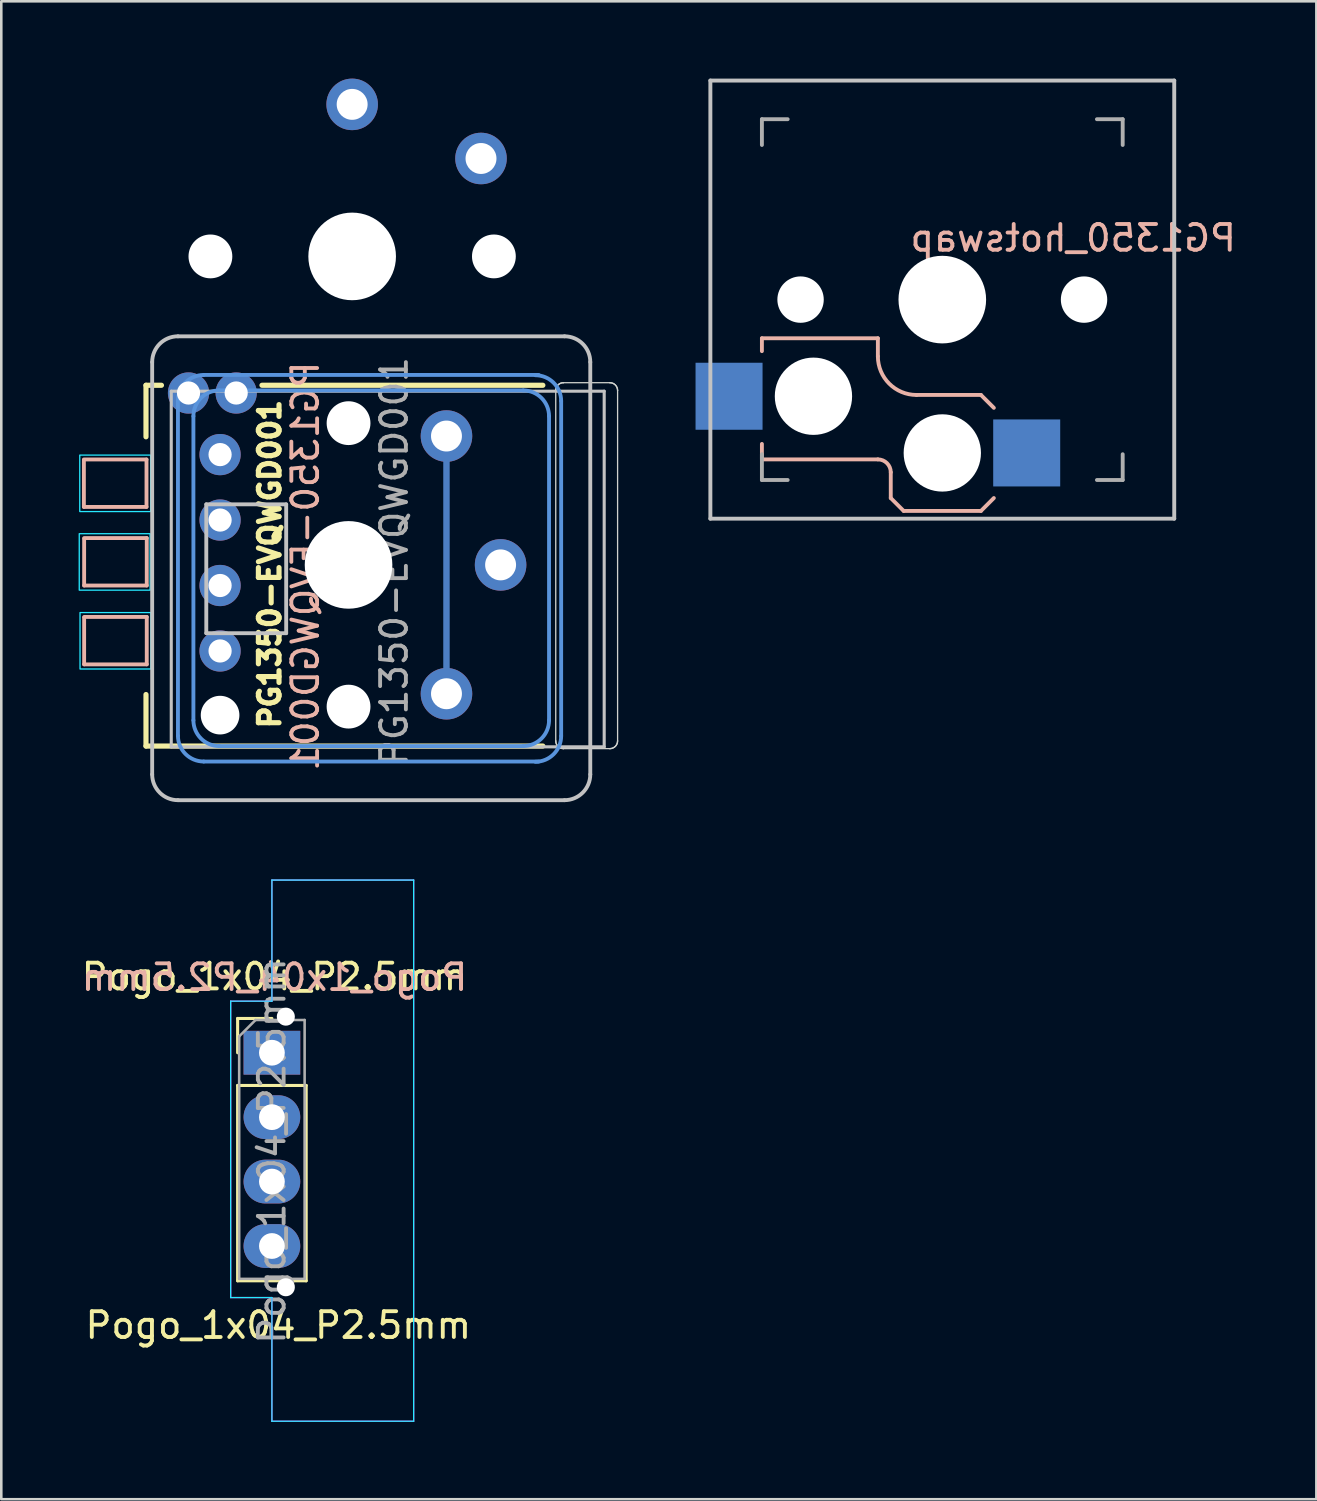
<source format=kicad_pcb>
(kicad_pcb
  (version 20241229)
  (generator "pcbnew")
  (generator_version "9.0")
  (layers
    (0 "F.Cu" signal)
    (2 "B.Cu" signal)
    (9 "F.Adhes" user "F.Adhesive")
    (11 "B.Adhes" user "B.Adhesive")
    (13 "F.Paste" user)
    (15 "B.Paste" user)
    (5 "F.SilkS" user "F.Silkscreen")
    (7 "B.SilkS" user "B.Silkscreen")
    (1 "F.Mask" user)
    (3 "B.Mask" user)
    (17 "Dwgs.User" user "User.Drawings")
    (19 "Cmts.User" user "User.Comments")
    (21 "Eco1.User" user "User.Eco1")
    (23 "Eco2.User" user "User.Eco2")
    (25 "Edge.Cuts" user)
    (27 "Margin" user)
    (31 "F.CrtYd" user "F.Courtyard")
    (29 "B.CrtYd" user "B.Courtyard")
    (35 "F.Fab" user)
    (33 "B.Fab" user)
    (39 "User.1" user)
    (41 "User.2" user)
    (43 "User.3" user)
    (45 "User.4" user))
  (footprint "PG1350_hotswap"
    (layer "F.Cu")
    (at 33.515 8.576)
    (property "Reference" "PG1350_hotswap" (at 5.08 -2.39 0) (layer "B.SilkS") (effects (font (size 1 1) (thickness 0.15)) (justify mirror)))
    (attr smd)
    (fp_line (start -7 1.5) (end -7 2) (stroke (width 0.15) (type solid)) (layer "B.SilkS"))
    (fp_line (start -7 5.6) (end -7 6.2) (stroke (width 0.15) (type solid)) (layer "B.SilkS"))
    (fp_line (start -7 6.2) (end -2.5 6.2) (stroke (width 0.15) (type solid)) (layer "B.SilkS"))
    (fp_line (start -2.5 1.5) (end -7 1.5) (stroke (width 0.15) (type solid)) (layer "B.SilkS"))
    (fp_line (start -2.5 2.2) (end -2.5 1.5) (stroke (width 0.15) (type solid)) (layer "B.SilkS"))
    (fp_line (start -2 6.7) (end -2 7.7) (stroke (width 0.15) (type solid)) (layer "B.SilkS"))
    (fp_line (start -1.5 8.2) (end -2 7.7) (stroke (width 0.15) (type solid)) (layer "B.SilkS"))
    (fp_line (start 1.5 3.7) (end -1 3.7) (stroke (width 0.15) (type solid)) (layer "B.SilkS"))
    (fp_line (start 1.5 8.2) (end -1.5 8.2) (stroke (width 0.15) (type solid)) (layer "B.SilkS"))
    (fp_line (start 2 4.2) (end 1.5 3.7) (stroke (width 0.15) (type solid)) (layer "B.SilkS"))
    (fp_line (start 2 7.7) (end 1.5 8.2) (stroke (width 0.15) (type solid)) (layer "B.SilkS"))
    (fp_arc (start -2.5 6.2) (mid -2.146447 6.346447) (end -2 6.7) (stroke (width 0.15) (type solid)) (layer "B.SilkS"))
    (fp_arc (start -1 3.7) (mid -2.06066 3.26066) (end -2.5 2.2) (stroke (width 0.15) (type solid)) (layer "B.SilkS"))
    (fp_line (start -9 -8.5) (end 9 -8.5) (stroke (width 0.152) (type solid)) (layer "Dwgs.User"))
    (fp_line (start -9 8.5) (end -9 -8.5) (stroke (width 0.152) (type solid)) (layer "Dwgs.User"))
    (fp_line (start 9 -8.5) (end 9 8.5) (stroke (width 0.152) (type solid)) (layer "Dwgs.User"))
    (fp_line (start 9 8.5) (end -9 8.5) (stroke (width 0.152) (type solid)) (layer "Dwgs.User"))
    (fp_line (start -7.5 -7.5) (end 7.5 -7.5) (stroke (width 0.152) (type solid)) (layer "Eco2.User"))
    (fp_line (start -7.5 7.5) (end -7.5 -7.5) (stroke (width 0.152) (type solid)) (layer "Eco2.User"))
    (fp_line (start -2.6 -3.1) (end -2.6 -6.3) (stroke (width 0.15) (type solid)) (layer "Eco2.User"))
    (fp_line (start -2.6 -3.1) (end 2.6 -3.1) (stroke (width 0.15) (type solid)) (layer "Eco2.User"))
    (fp_line (start 1.49 1.78) (end 1.49 3.28) (stroke (width 0.15) (type solid)) (layer "Eco2.User"))
    (fp_line (start 1.49 3.28) (end 6.89 3.28) (stroke (width 0.15) (type solid)) (layer "Eco2.User"))
    (fp_line (start 2.6 -6.3) (end -2.6 -6.3) (stroke (width 0.15) (type solid)) (layer "Eco2.User"))
    (fp_line (start 2.6 -3.1) (end 2.6 -6.3) (stroke (width 0.15) (type solid)) (layer "Eco2.User"))
    (fp_line (start 3.69 2.03) (end 3.69 3.03) (stroke (width 0.15) (type solid)) (layer "Eco2.User"))
    (fp_line (start 3.79 2.53) (end 4.69 2.03) (stroke (width 0.15) (type solid)) (layer "Eco2.User"))
    (fp_line (start 4.69 2.03) (end 4.69 3.03) (stroke (width 0.15) (type solid)) (layer "Eco2.User"))
    (fp_line (start 4.69 3.03) (end 3.79 2.53) (stroke (width 0.15) (type solid)) (layer "Eco2.User"))
    (fp_line (start 6.89 1.78) (end 1.49 1.78) (stroke (width 0.15) (type solid)) (layer "Eco2.User"))
    (fp_line (start 6.89 1.78) (end 6.89 3.28) (stroke (width 0.15) (type solid)) (layer "Eco2.User"))
    (fp_line (start 7.5 -7.5) (end 7.5 7.5) (stroke (width 0.152) (type solid)) (layer "Eco2.User"))
    (fp_line (start 7.5 7.5) (end -7.5 7.5) (stroke (width 0.152) (type solid)) (layer "Eco2.User"))
    (fp_line (start -7 -7) (end -6 -7) (stroke (width 0.15) (type solid)) (layer "F.Fab"))
    (fp_line (start -7 -6) (end -7 -7) (stroke (width 0.15) (type solid)) (layer "F.Fab"))
    (fp_line (start -7 7) (end -7 6) (stroke (width 0.15) (type solid)) (layer "F.Fab"))
    (fp_line (start -6 7) (end -7 7) (stroke (width 0.15) (type solid)) (layer "F.Fab"))
    (fp_line (start 6 -7) (end 7 -7) (stroke (width 0.15) (type solid)) (layer "F.Fab"))
    (fp_line (start 7 -7) (end 7 -6) (stroke (width 0.15) (type solid)) (layer "F.Fab"))
    (fp_line (start 7 6) (end 7 7) (stroke (width 0.15) (type solid)) (layer "F.Fab"))
    (fp_line (start 7 7) (end 6 7) (stroke (width 0.15) (type solid)) (layer "F.Fab"))
    (pad "" np_thru_hole circle (at -5.5 0) (size 1.8 1.8) (drill 1.8) (layers "*.Cu" "*.Mask"))
    (pad "" np_thru_hole circle (at -5 3.75) (size 3 3) (drill 3) (layers "*.Cu" "*.Mask"))
    (pad "" np_thru_hole circle (at 0 0) (size 3.4 3.4) (drill 3.4) (layers "*.Cu" "*.Mask"))
    (pad "" np_thru_hole circle (at 0 5.95) (size 3 3) (drill 3) (layers "*.Cu" "*.Mask"))
    (pad "" np_thru_hole circle (at 5.5 0) (size 1.8 1.8) (drill 1.8) (layers "*.Cu" "*.Mask"))
    (pad "1" smd rect (at 3.275 5.95) (size 2.6 2.6) (layers "B.Cu" "B.Mask" "B.Paste"))
    (pad "2" smd rect (at -8.275 3.75) (size 2.6 2.6) (layers "B.Cu" "B.Mask" "B.Paste")))
  (footprint "PG1350-EVQWGD001"
    (layer "F.Cu")
    (at 10.475 18.87)
    (property "Reference" "PG1350-EVQWGD001" (at 1.77 -0.13 270) (layer "F.Fab") (effects (font (size 1 1) (thickness 0.15))))
    (attr through_hole)
    (fp_line (start -7.86 -6.97) (end -7.86 -4.97) (stroke (width 0.2) (type solid)) (layer "F.SilkS"))
    (fp_line (start -7.86 5.03) (end -7.86 7.03) (stroke (width 0.2) (type solid)) (layer "F.SilkS"))
    (fp_line (start -7.86 7.03) (end 7.54 7.03) (stroke (width 0.2) (type solid)) (layer "F.SilkS"))
    (fp_line (start -7.26 -6.97) (end -7.86 -6.97) (stroke (width 0.2) (type solid)) (layer "F.SilkS"))
    (fp_line (start 7.54 -6.97) (end -3.36 -6.97) (stroke (width 0.2) (type solid)) (layer "F.SilkS"))
    (fp_line (start -10.27 -4.058) (end -10.27 -2.25) (stroke (width 0.15) (type solid)) (layer "B.SilkS"))
    (fp_line (start -10.27 -2.25) (end -7.84 -2.25) (stroke (width 0.15) (type solid)) (layer "B.SilkS"))
    (fp_line (start -10.26 -1.008) (end -10.26 0.8) (stroke (width 0.15) (type solid)) (layer "B.SilkS"))
    (fp_line (start -10.26 0.8) (end -7.83 0.8) (stroke (width 0.15) (type solid)) (layer "B.SilkS"))
    (fp_line (start -10.26 2.052) (end -10.26 3.86) (stroke (width 0.15) (type solid)) (layer "B.SilkS"))
    (fp_line (start -10.26 3.86) (end -7.83 3.86) (stroke (width 0.15) (type solid)) (layer "B.SilkS"))
    (fp_line (start -7.84 -4.09) (end -10.27 -4.09) (stroke (width 0.15) (type solid)) (layer "B.SilkS"))
    (fp_line (start -7.84 -2.25) (end -7.84 -4.09) (stroke (width 0.15) (type solid)) (layer "B.SilkS"))
    (fp_line (start -7.83 -1.04) (end -10.26 -1.04) (stroke (width 0.15) (type solid)) (layer "B.SilkS"))
    (fp_line (start -7.83 0.8) (end -7.83 -1.04) (stroke (width 0.15) (type solid)) (layer "B.SilkS"))
    (fp_line (start -7.83 2.02) (end -10.26 2.02) (stroke (width 0.15) (type solid)) (layer "B.SilkS"))
    (fp_line (start -7.83 3.86) (end -7.83 2.02) (stroke (width 0.15) (type solid)) (layer "B.SilkS"))
    (fp_line (start -7.62 8.13) (end -7.62 -7.87) (stroke (width 0.15) (type solid)) (layer "Dwgs.User"))
    (fp_line (start -6.88 -6.74) (end 9.92 -6.74) (stroke (width 0.12) (type solid)) (layer "Dwgs.User"))
    (fp_line (start -6.88 7.06) (end -6.88 -6.74) (stroke (width 0.12) (type solid)) (layer "Dwgs.User"))
    (fp_line (start -6.62 -8.87) (end 8.38 -8.87) (stroke (width 0.15) (type solid)) (layer "Dwgs.User"))
    (fp_line (start -5.52 -2.35) (end -5.52 2.65) (stroke (width 0.15) (type solid)) (layer "Dwgs.User"))
    (fp_line (start -5.52 2.65) (end -2.42 2.65) (stroke (width 0.15) (type solid)) (layer "Dwgs.User"))
    (fp_line (start -2.42 -2.35) (end -5.52 -2.35) (stroke (width 0.15) (type solid)) (layer "Dwgs.User"))
    (fp_line (start -2.42 2.65) (end -2.42 -2.35) (stroke (width 0.15) (type solid)) (layer "Dwgs.User"))
    (fp_line (start 8.38 9.13) (end -6.62 9.13) (stroke (width 0.15) (type solid)) (layer "Dwgs.User"))
    (fp_line (start 9.38 -7.87) (end 9.38 8.13) (stroke (width 0.15) (type solid)) (layer "Dwgs.User"))
    (fp_line (start 9.92 -6.74) (end 9.92 7.06) (stroke (width 0.12) (type solid)) (layer "Dwgs.User"))
    (fp_line (start 9.92 7.06) (end -6.88 7.06) (stroke (width 0.12) (type solid)) (layer "Dwgs.User"))
    (fp_arc (start -7.62 -7.87) (mid -7.327107 -8.577107) (end -6.62 -8.87) (stroke (width 0.15) (type solid)) (layer "Dwgs.User"))
    (fp_arc (start -6.62 9.13) (mid -7.327107 8.837107) (end -7.62 8.13) (stroke (width 0.15) (type solid)) (layer "Dwgs.User"))
    (fp_arc (start 8.38 -8.87) (mid 9.087107 -8.577107) (end 9.38 -7.87) (stroke (width 0.15) (type solid)) (layer "Dwgs.User"))
    (fp_arc (start 9.38 8.13) (mid 9.087107 8.837107) (end 8.38 9.13) (stroke (width 0.15) (type solid)) (layer "Dwgs.User"))
    (fp_line (start -6.62 6.63) (end -6.62 -6.37) (stroke (width 0.15) (type solid)) (layer "Cmts.User"))
    (fp_line (start -6.02 6.03) (end -6.02 -5.77) (stroke (width 0.15) (type solid)) (layer "Cmts.User"))
    (fp_line (start -5.62 -7.37) (end 7.38 -7.37) (stroke (width 0.15) (type solid)) (layer "Cmts.User"))
    (fp_line (start -5.02 -6.77) (end 6.78 -6.77) (stroke (width 0.15) (type solid)) (layer "Cmts.User"))
    (fp_line (start 6.78 7.03) (end -5.02 7.03) (stroke (width 0.15) (type solid)) (layer "Cmts.User"))
    (fp_line (start 7.38 7.63) (end -5.62 7.63) (stroke (width 0.15) (type solid)) (layer "Cmts.User"))
    (fp_line (start 7.78 -5.77) (end 7.78 6.03) (stroke (width 0.15) (type solid)) (layer "Cmts.User"))
    (fp_line (start 8.25 -6.36) (end 8.25 6.64) (stroke (width 0.15) (type solid)) (layer "Cmts.User"))
    (fp_arc (start -6.62 -6.37) (mid -6.327113 -7.077113) (end -5.62 -7.37) (stroke (width 0.15) (type solid)) (layer "Cmts.User"))
    (fp_arc (start -6.02 -5.77) (mid -5.727113 -6.477113) (end -5.02 -6.77) (stroke (width 0.15) (type solid)) (layer "Cmts.User"))
    (fp_arc (start -5.62 7.63) (mid -6.327107 7.337107) (end -6.62 6.63) (stroke (width 0.15) (type solid)) (layer "Cmts.User"))
    (fp_arc (start -5.02 7.03) (mid -5.727107 6.737107) (end -6.02 6.03) (stroke (width 0.15) (type solid)) (layer "Cmts.User"))
    (fp_arc (start 6.78 -6.77) (mid 7.487107 -6.477107) (end 7.78 -5.77) (stroke (width 0.15) (type solid)) (layer "Cmts.User"))
    (fp_arc (start 7.25 -7.36) (mid 7.957107 -7.067107) (end 8.25 -6.36) (stroke (width 0.15) (type solid)) (layer "Cmts.User"))
    (fp_arc (start 7.78 6.03) (mid 7.487107 6.737107) (end 6.78 7.03) (stroke (width 0.15) (type solid)) (layer "Cmts.User"))
    (fp_arc (start 8.25 6.64) (mid 7.957107 7.347107) (end 7.25 7.64) (stroke (width 0.15) (type solid)) (layer "Cmts.User"))
    (fp_line (start -7.37 7.88) (end -7.37 -7.62) (stroke (width 0.15) (type solid)) (layer "Eco2.User"))
    (fp_line (start -6.37 -8.62) (end 8.13 -8.62) (stroke (width 0.15) (type solid)) (layer "Eco2.User"))
    (fp_line (start -6.37 8.88) (end 8.13 8.88) (stroke (width 0.15) (type solid)) (layer "Eco2.User"))
    (fp_line (start 9.13 -7.62) (end 9.13 7.88) (stroke (width 0.15) (type solid)) (layer "Eco2.User"))
    (fp_arc (start -7.37 -7.62) (mid -7.077107 -8.327107) (end -6.37 -8.62) (stroke (width 0.15) (type solid)) (layer "Eco2.User"))
    (fp_arc (start -6.37 8.88) (mid -7.077107 8.587107) (end -7.37 7.88) (stroke (width 0.15) (type solid)) (layer "Eco2.User"))
    (fp_arc (start 8.13 -8.62) (mid 8.837107 -8.327107) (end 9.13 -7.62) (stroke (width 0.15) (type solid)) (layer "Eco2.User"))
    (fp_arc (start 9.13 7.88) (mid 8.837107 8.587107) (end 8.13 8.88) (stroke (width 0.15) (type solid)) (layer "Eco2.User"))
    (fp_line (start 8.04 -6.77) (end 8.04 6.83) (stroke (width 0.05) (type solid)) (layer "Edge.Cuts"))
    (fp_line (start 8.34 7.13) (end 10.14 7.13) (stroke (width 0.05) (type solid)) (layer "Edge.Cuts"))
    (fp_line (start 10.14 -7.07) (end 8.34 -7.07) (stroke (width 0.05) (type solid)) (layer "Edge.Cuts"))
    (fp_line (start 10.44 6.83) (end 10.44 -6.77) (stroke (width 0.05) (type solid)) (layer "Edge.Cuts"))
    (fp_arc (start 8.04 -6.77) (mid 8.127868 -6.982132) (end 8.34 -7.07) (stroke (width 0.05) (type solid)) (layer "Edge.Cuts"))
    (fp_arc (start 8.04 -6.77) (mid 8.127868 -6.982132) (end 8.34 -7.07) (stroke (width 0.05) (type solid)) (layer "Edge.Cuts"))
    (fp_arc (start 8.34 7.13) (mid 8.127868 7.042132) (end 8.04 6.83) (stroke (width 0.05) (type solid)) (layer "Edge.Cuts"))
    (fp_arc (start 8.34 7.13) (mid 8.127868 7.042132) (end 8.04 6.83) (stroke (width 0.05) (type solid)) (layer "Edge.Cuts"))
    (fp_arc (start 10.14 -7.07) (mid 10.352132 -6.982132) (end 10.44 -6.77) (stroke (width 0.05) (type solid)) (layer "Edge.Cuts"))
    (fp_arc (start 10.14 -7.07) (mid 10.352132 -6.982132) (end 10.44 -6.77) (stroke (width 0.05) (type solid)) (layer "Edge.Cuts"))
    (fp_arc (start 10.44 6.83) (mid 10.352132 7.042132) (end 10.14 7.13) (stroke (width 0.05) (type solid)) (layer "Edge.Cuts"))
    (fp_arc (start 10.44 6.83) (mid 10.352132 7.042132) (end 10.14 7.13) (stroke (width 0.05) (type solid)) (layer "Edge.Cuts"))
    (fp_rect (start -10.43 -2.07) (end -7.68 -4.26) (stroke (width 0.05) (type solid)) (fill no) (layer "B.CrtYd"))
    (fp_rect (start -7.7 0.98) (end -10.45 -1.21) (stroke (width 0.05) (type solid)) (fill no) (layer "B.CrtYd"))
    (fp_rect (start -7.67 4.04) (end -10.42 1.85) (stroke (width 0.05) (type solid)) (fill no) (layer "B.CrtYd"))
    (fp_text user "${REFERENCE}" (at -3.058 -0.029 90) (unlocked yes) (layer "F.SilkS") (effects (font (size 0.8 0.8) (thickness 0.2))))
    (fp_text user "${REFERENCE}" (at -1.675 0.05 90) (unlocked yes) (layer "B.SilkS") (effects (font (size 1 1) (thickness 0.15)) (justify mirror)))
    (pad "" np_thru_hole circle (at -5.36 -11.97) (size 1.7 1.7) (drill 1.7) (layers "*.Cu" "*.Mask"))
    (pad "" np_thru_hole circle (at -4.985 5.83) (size 1.5 1.5) (drill 1.5) (layers "*.Cu" "*.Mask"))
    (pad "" np_thru_hole circle (at 0 -5.5 270) (size 1.7 1.7) (drill 1.7) (layers "*.Cu" "*.Mask"))
    (pad "" np_thru_hole circle (at 0 0 270) (size 3.4 3.4) (drill 3.4) (layers "*.Cu" "*.Mask"))
    (pad "" np_thru_hole circle (at 0 5.5 270) (size 1.7 1.7) (drill 1.7) (layers "*.Cu" "*.Mask"))
    (pad "" np_thru_hole circle (at 0.14 -11.97) (size 3.4 3.4) (drill 3.4) (layers "*.Cu" "*.Mask"))
    (pad "" np_thru_hole circle (at 5.64 -11.97) (size 1.7 1.7) (drill 1.7) (layers "*.Cu" "*.Mask"))
    (pad "1" thru_hole circle (at 0.14 -17.87) (size 2 2) (drill 1.2) (layers "*.Cu" "*.Mask"))
    (pad "2" thru_hole circle (at 5.14 -15.77) (size 2 2) (drill 1.2) (layers "*.Cu" "B.Mask"))
    (pad "A" thru_hole circle (at -4.985 -4.28) (size 1.6 1.6) (drill 0.9) (layers "*.Cu" "*.Mask"))
    (pad "B" thru_hole circle (at -4.985 -1.74) (size 1.6 1.6) (drill 0.9) (layers "*.Cu" "*.Mask"))
    (pad "C" thru_hole circle (at -4.985 0.8) (size 1.6 1.6) (drill 0.9) (layers "*.Cu" "*.Mask"))
    (pad "D" thru_hole circle (at -4.985 3.34) (size 1.6 1.6) (drill 0.9) (layers "*.Cu" "*.Mask"))
    (pad "S1" thru_hole circle (at -6.21 -6.67) (size 1.6 1.6) (drill 0.9) (layers "*.Cu" "F.Mask"))
    (pad "S1" thru_hole circle (at 5.9 0 270) (size 2 2) (drill 1.2) (layers "*.Cu" "*.Mask"))
    (pad "S2" thru_hole circle (at -4.36 -6.67) (size 1.6 1.6) (drill 0.9) (layers "*.Cu" "F.Mask"))
    (pad "S2" connect custom (at 3.8 -5 270) (size 0.9 0.9) (layers "B.Cu") (options (anchor circle)) (primitives (gr_line (start 0 0) (end 10 0) (width 0.25))))
    (pad "S2" thru_hole circle (at 3.8 -5 270) (size 2 2) (drill 1.2) (layers "*.Cu" "F.Mask"))
    (pad "S2" thru_hole circle (at 3.8 5 270) (size 2 2) (drill 1.2) (layers "*.Cu" "B.Mask")))
  (footprint "Pogo_1x04_P2.5mm"
    (layer "F.Cu")
    (at 7.501 37.8)
    (property "Reference" "Pogo_1x04_P2.5mm" (at 0.25 10.575 0) (layer "F.SilkS") (effects (font (size 1 1) (thickness 0.15))))
    (property "Value" "Pogo_1x04_P2.5mm" (at 0 9.95 0) (layer "F.Fab") (hide yes) (effects (font (size 1 1) (thickness 0.15))))
    (attr through_hole)
    (fp_line (start -1.33 -1.33) (end 0 -1.33) (stroke (width 0.12) (type solid)) (layer "F.SilkS"))
    (fp_line (start -1.33 0) (end -1.33 -1.33) (stroke (width 0.12) (type solid)) (layer "F.SilkS"))
    (fp_line (start -1.33 1.27) (end -1.33 8.85) (stroke (width 0.12) (type solid)) (layer "F.SilkS"))
    (fp_line (start -1.33 1.27) (end 1.33 1.27) (stroke (width 0.12) (type solid)) (layer "F.SilkS"))
    (fp_line (start -1.33 8.85) (end 1.33 8.85) (stroke (width 0.12) (type solid)) (layer "F.SilkS"))
    (fp_line (start 1.33 1.27) (end 1.33 8.85) (stroke (width 0.12) (type solid)) (layer "F.SilkS"))
    (fp_line (start -1.6 -2) (end -1.6 9.5) (stroke (width 0.05) (type solid)) (layer "B.CrtYd"))
    (fp_line (start -1.6 9.5) (end 0 9.5) (stroke (width 0.05) (type solid)) (layer "B.CrtYd"))
    (fp_line (start 0 -6.7) (end 5.5 -6.7) (stroke (width 0.05) (type solid)) (layer "B.CrtYd"))
    (fp_line (start 0 -2) (end -1.6 -2) (stroke (width 0.05) (type solid)) (layer "B.CrtYd"))
    (fp_line (start 0 -2) (end 0 -6.7) (stroke (width 0.05) (type solid)) (layer "B.CrtYd"))
    (fp_line (start 0 14.3) (end 0 9.5) (stroke (width 0.05) (type solid)) (layer "B.CrtYd"))
    (fp_line (start 5.5 -6.7) (end 5.5 14.3) (stroke (width 0.05) (type solid)) (layer "B.CrtYd"))
    (fp_line (start 5.5 14.3) (end 0 14.3) (stroke (width 0.05) (type solid)) (layer "B.CrtYd"))
    (fp_line (start -1.6 -2) (end -1.6 9.5) (stroke (width 0.05) (type solid)) (layer "F.CrtYd"))
    (fp_line (start -1.6 9.5) (end 0 9.5) (stroke (width 0.05) (type solid)) (layer "F.CrtYd"))
    (fp_line (start 0 -6.7) (end 5.5 -6.7) (stroke (width 0.05) (type solid)) (layer "F.CrtYd"))
    (fp_line (start 0 -2) (end -1.6 -2) (stroke (width 0.05) (type solid)) (layer "F.CrtYd"))
    (fp_line (start 0 -2) (end 0 -6.7) (stroke (width 0.05) (type solid)) (layer "F.CrtYd"))
    (fp_line (start 0 14.3) (end 0 9.5) (stroke (width 0.05) (type solid)) (layer "F.CrtYd"))
    (fp_line (start 5.5 -6.7) (end 5.5 14.3) (stroke (width 0.05) (type solid)) (layer "F.CrtYd"))
    (fp_line (start 5.5 14.3) (end 0 14.3) (stroke (width 0.05) (type solid)) (layer "F.CrtYd"))
    (fp_line (start -1.27 -0.635) (end -0.635 -1.27) (stroke (width 0.1) (type solid)) (layer "F.Fab"))
    (fp_line (start -1.27 8.775) (end -1.27 -0.635) (stroke (width 0.1) (type solid)) (layer "F.Fab"))
    (fp_line (start -0.635 -1.27) (end 1.27 -1.27) (stroke (width 0.1) (type solid)) (layer "F.Fab"))
    (fp_line (start 1.27 -1.27) (end 1.27 8.775) (stroke (width 0.1) (type solid)) (layer "F.Fab"))
    (fp_line (start 1.27 8.775) (end -1.27 8.775) (stroke (width 0.1) (type solid)) (layer "F.Fab"))
    (fp_text user "${VALUE}" (at 0.1 -2.95 0) (layer "F.SilkS") (effects (font (size 1 1) (thickness 0.15))))
    (fp_text user "${VALUE}" (at 0.1 -2.925 0) (layer "B.SilkS") (effects (font (size 1 1) (thickness 0.15)) (justify mirror)))
    (fp_text user "${REFERENCE}" (at 0 3.81 90) (layer "F.Fab") (effects (font (size 1 1) (thickness 0.15))))
    (pad "" np_thru_hole circle (at 0.54 -1.4) (size 0.7 0.7) (drill 0.7) (layers "*.Cu" "*.Mask"))
    (pad "" np_thru_hole circle (at 0.54 9.1) (size 0.7 0.7) (drill 0.7) (layers "*.Cu" "*.Mask"))
    (pad "1" thru_hole rect (at 0 0) (size 2.2 1.7) (drill 1) (layers "*.Cu" "*.Mask"))
    (pad "2" thru_hole oval (at 0 2.5) (size 2.2 1.7) (drill 1) (layers "*.Cu" "*.Mask"))
    (pad "3" thru_hole oval (at 0 5) (size 2.2 1.7) (drill 1) (layers "*.Cu" "*.Mask"))
    (pad "4" thru_hole oval (at 0 7.5) (size 2.2 1.7) (drill 1) (layers "*.Cu" "*.Mask")))
  (gr_rect
    (start -3 -3)
    (end 48.03 55.125)
    (stroke (width 0.1) (type default))
    (fill no)
    (layer "Edge.Cuts")))
</source>
